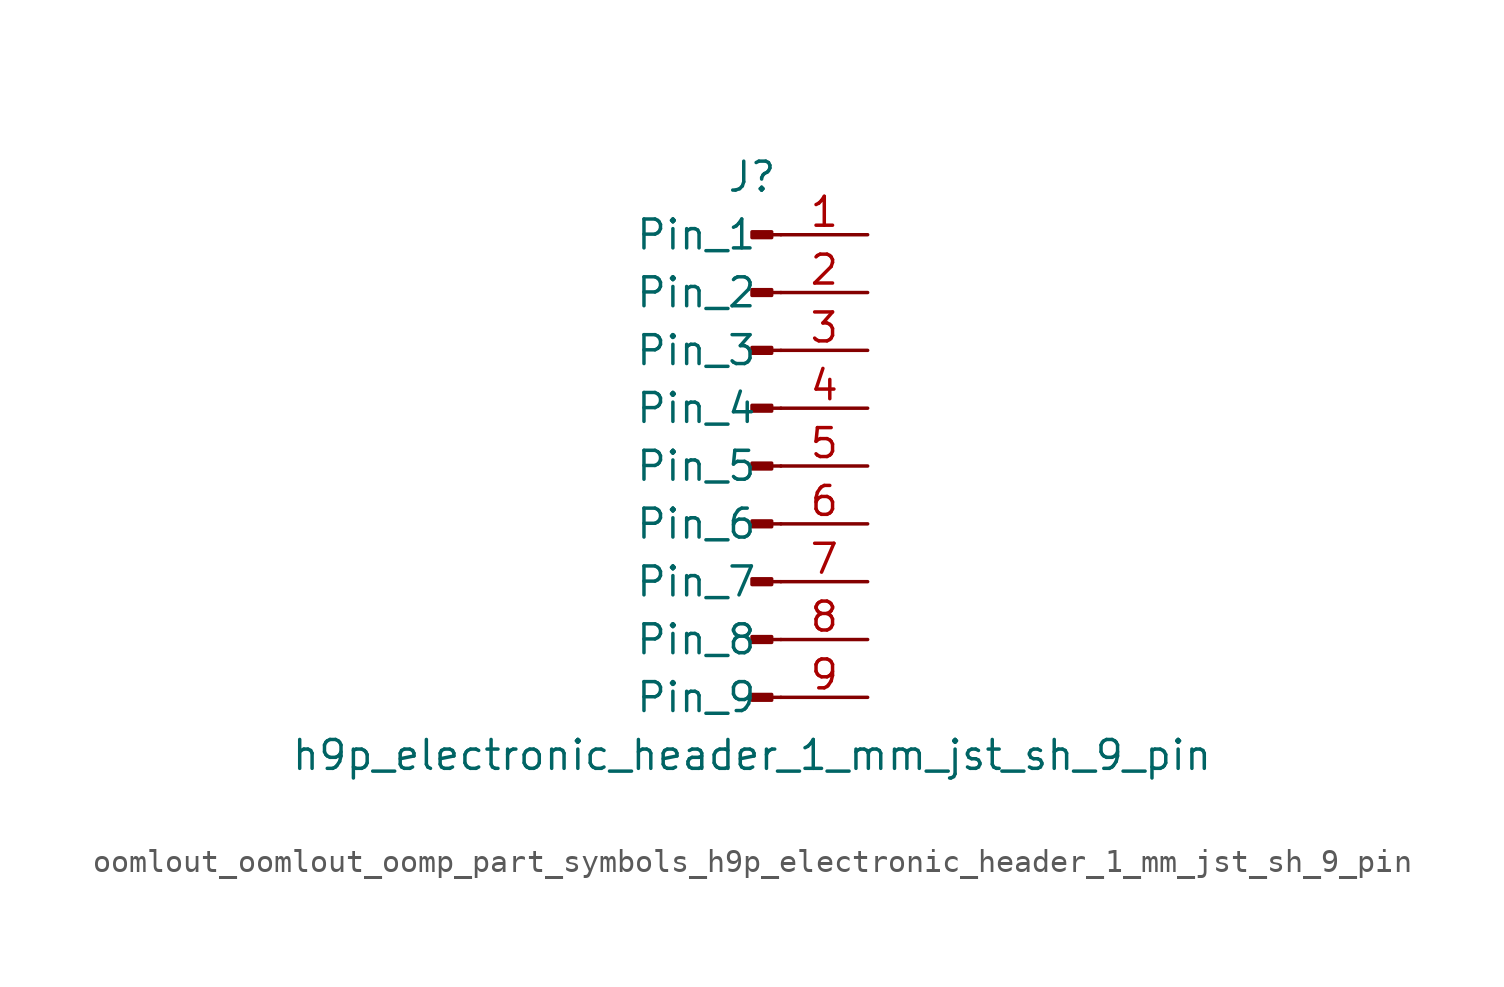
<source format=kicad_sym>
(kicad_symbol_lib
  (version 20220914)
  (generator kicad_symbol_editor)
  (symbol "oomlout_oomlout_oomp_part_symbols_h9p_electronic_header_1_mm_jst_sh_9_pin"
    (pin_names
      (offset 1.016))
    (property "Reference" "J"
      (at 0 12.7 0)
      (effects (font (size 1.27 1.27))))
    (property "Value" "h9p_electronic_header_1_mm_jst_sh_9_pin"
      (at 0 -12.7 0)
      (effects (font (size 1.27 1.27))))
    (property "ki_locked" ""
      (at 0 0 0)
      (effects (font (size 1.27 1.27))))
    (symbol "oomlout_oomlout_oomp_part_symbols_h9p_electronic_header_1_mm_jst_sh_9_pin_1_1"
      (polyline (pts (xy 1.27 -10.16) (xy 0.864 -10.16)) (stroke (width 0.152) (type default)) (fill (type none)))
      (polyline (pts (xy 1.27 -7.62) (xy 0.864 -7.62)) (stroke (width 0.152) (type default)) (fill (type none)))
      (polyline (pts (xy 1.27 -5.08) (xy 0.864 -5.08)) (stroke (width 0.152) (type default)) (fill (type none)))
      (polyline (pts (xy 1.27 -2.54) (xy 0.864 -2.54)) (stroke (width 0.152) (type default)) (fill (type none)))
      (polyline (pts (xy 1.27 0) (xy 0.864 0)) (stroke (width 0.152) (type default)) (fill (type none)))
      (polyline (pts (xy 1.27 2.54) (xy 0.864 2.54)) (stroke (width 0.152) (type default)) (fill (type none)))
      (polyline (pts (xy 1.27 5.08) (xy 0.864 5.08)) (stroke (width 0.152) (type default)) (fill (type none)))
      (polyline (pts (xy 1.27 7.62) (xy 0.864 7.62)) (stroke (width 0.152) (type default)) (fill (type none)))
      (polyline (pts (xy 1.27 10.16) (xy 0.864 10.16)) (stroke (width 0.152) (type default)) (fill (type none)))
      (rectangle (start 0.864 -10.033) (end 0 -10.287) (stroke (width 0.152) (type default)) (fill (type outline)))
      (rectangle (start 0.864 -7.493) (end 0 -7.747) (stroke (width 0.152) (type default)) (fill (type outline)))
      (rectangle (start 0.864 -4.953) (end 0 -5.207) (stroke (width 0.152) (type default)) (fill (type outline)))
      (rectangle (start 0.864 -2.413) (end 0 -2.667) (stroke (width 0.152) (type default)) (fill (type outline)))
      (rectangle (start 0.864 0.127) (end 0 -0.127) (stroke (width 0.152) (type default)) (fill (type outline)))
      (rectangle (start 0.864 2.667) (end 0 2.413) (stroke (width 0.152) (type default)) (fill (type outline)))
      (rectangle (start 0.864 5.207) (end 0 4.953) (stroke (width 0.152) (type default)) (fill (type outline)))
      (rectangle (start 0.864 7.747) (end 0 7.493) (stroke (width 0.152) (type default)) (fill (type outline)))
      (rectangle (start 0.864 10.287) (end 0 10.033) (stroke (width 0.152) (type default)) (fill (type outline)))
      (pin passive line (at 5.08 10.16 180) (length 3.81) (name "Pin_1" (effects (font (size 1.27 1.27)))) (number "1" (effects (font (size 1.27 1.27)))))
      (pin passive line (at 5.08 7.62 180) (length 3.81) (name "Pin_2" (effects (font (size 1.27 1.27)))) (number "2" (effects (font (size 1.27 1.27)))))
      (pin passive line (at 5.08 5.08 180) (length 3.81) (name "Pin_3" (effects (font (size 1.27 1.27)))) (number "3" (effects (font (size 1.27 1.27)))))
      (pin passive line (at 5.08 2.54 180) (length 3.81) (name "Pin_4" (effects (font (size 1.27 1.27)))) (number "4" (effects (font (size 1.27 1.27)))))
      (pin passive line (at 5.08 0 180) (length 3.81) (name "Pin_5" (effects (font (size 1.27 1.27)))) (number "5" (effects (font (size 1.27 1.27)))))
      (pin passive line (at 5.08 -2.54 180) (length 3.81) (name "Pin_6" (effects (font (size 1.27 1.27)))) (number "6" (effects (font (size 1.27 1.27)))))
      (pin passive line (at 5.08 -5.08 180) (length 3.81) (name "Pin_7" (effects (font (size 1.27 1.27)))) (number "7" (effects (font (size 1.27 1.27)))))
      (pin passive line (at 5.08 -7.62 180) (length 3.81) (name "Pin_8" (effects (font (size 1.27 1.27)))) (number "8" (effects (font (size 1.27 1.27)))))
      (pin passive line (at 5.08 -10.16 180) (length 3.81) (name "Pin_9" (effects (font (size 1.27 1.27)))) (number "9" (effects (font (size 1.27 1.27))))))))
</source>
